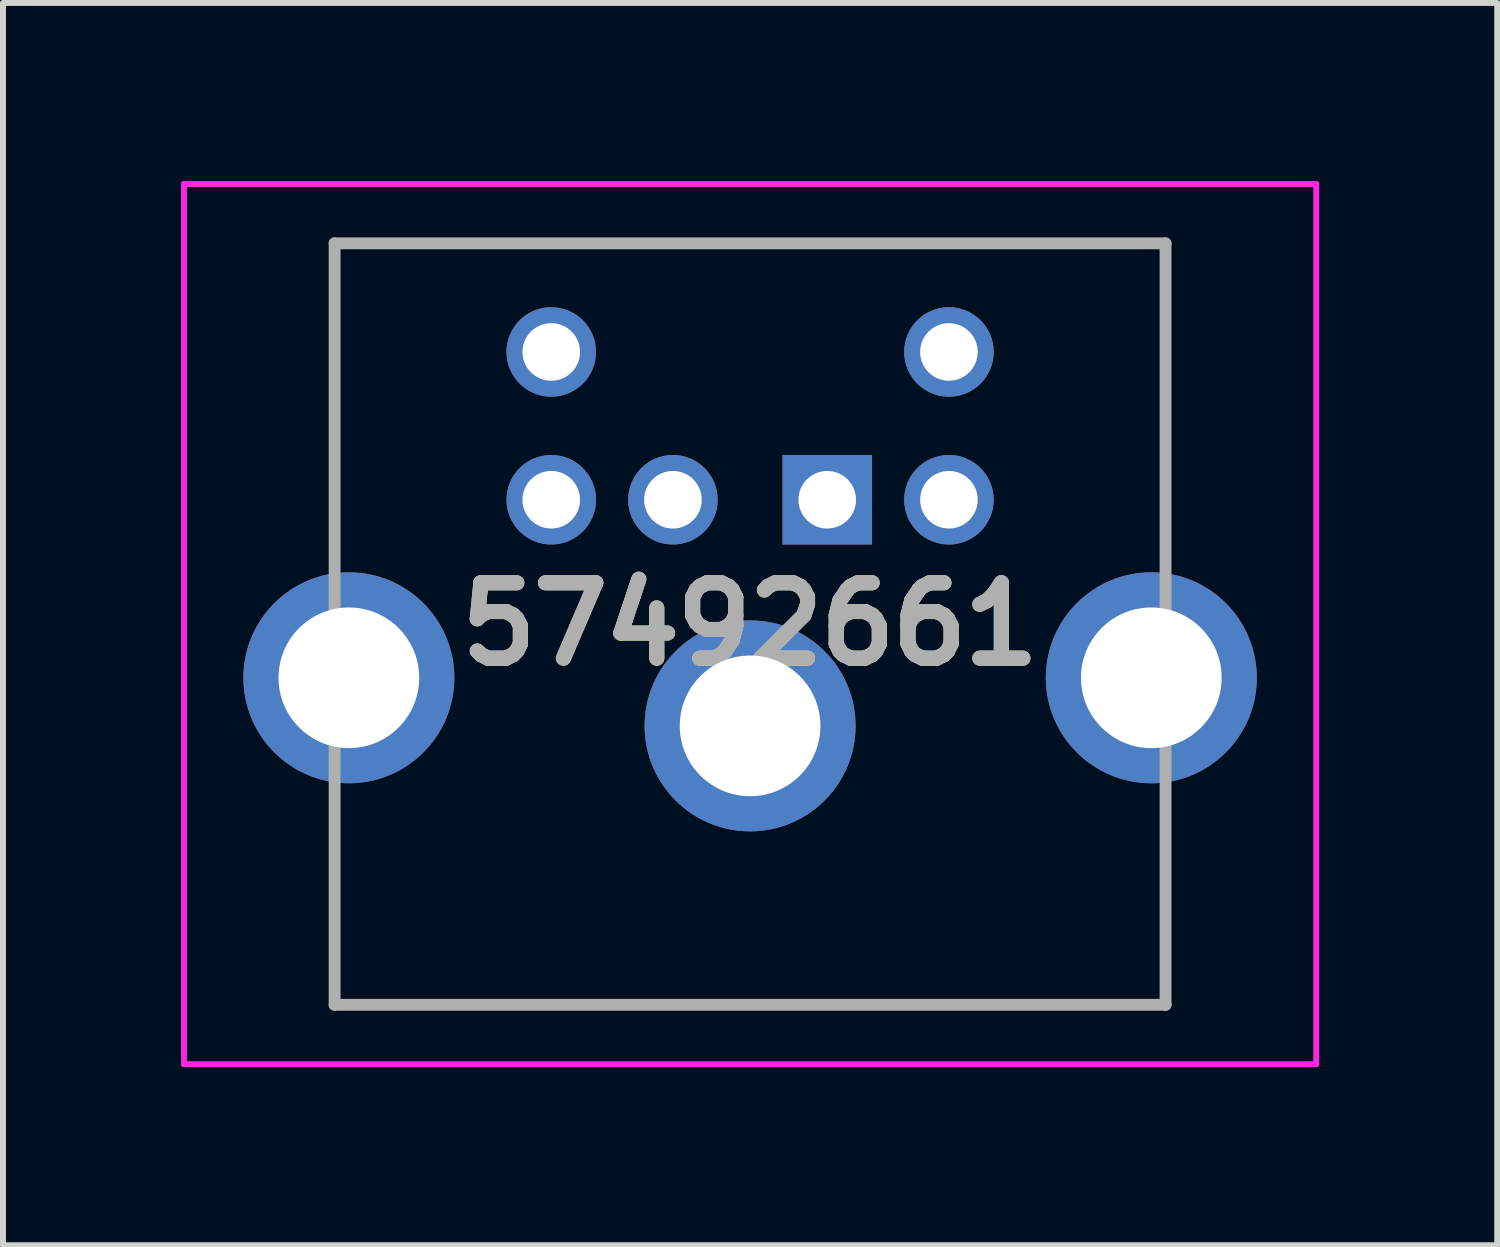
<source format=kicad_pcb>
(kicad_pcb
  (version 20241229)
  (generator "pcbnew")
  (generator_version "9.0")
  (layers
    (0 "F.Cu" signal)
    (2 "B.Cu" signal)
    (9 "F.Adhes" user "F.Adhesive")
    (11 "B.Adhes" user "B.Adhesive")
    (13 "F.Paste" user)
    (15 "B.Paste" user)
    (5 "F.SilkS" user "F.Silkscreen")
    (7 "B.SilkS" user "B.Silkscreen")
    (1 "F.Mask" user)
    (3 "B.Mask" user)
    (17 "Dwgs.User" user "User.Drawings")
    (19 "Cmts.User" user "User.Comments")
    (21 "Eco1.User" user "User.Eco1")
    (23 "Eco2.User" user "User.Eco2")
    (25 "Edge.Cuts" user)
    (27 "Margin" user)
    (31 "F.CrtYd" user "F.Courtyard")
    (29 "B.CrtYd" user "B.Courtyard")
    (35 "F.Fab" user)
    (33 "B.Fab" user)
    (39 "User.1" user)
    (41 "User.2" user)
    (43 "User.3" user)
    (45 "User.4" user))
  (footprint "57492661"
    (layer "F.Cu")
    (at 10.888 5.37)
    (property "Reference" "57492661" (at -1.3 2.095 0) (layer "F.SilkS") (effects (font (size 1.27 1.27) (thickness 0.254))))
    (attr through_hole)
    (fp_line (start -8.3 -4.32) (end -8.3 -4.32) (stroke (width 0.1) (type solid)) (layer "F.SilkS"))
    (fp_line (start -8.3 -4.32) (end -8.3 -4.32) (stroke (width 0.1) (type solid)) (layer "F.SilkS"))
    (fp_line (start -8.3 -4.32) (end -8.3 0.76) (stroke (width 0.1) (type solid)) (layer "F.SilkS"))
    (fp_line (start -8.3 -4.32) (end 5.7 -4.32) (stroke (width 0.1) (type solid)) (layer "F.SilkS"))
    (fp_line (start -8.3 0.76) (end -8.3 -4.32) (stroke (width 0.1) (type solid)) (layer "F.SilkS"))
    (fp_line (start -8.3 0.76) (end -8.3 0.76) (stroke (width 0.1) (type solid)) (layer "F.SilkS"))
    (fp_line (start -8.3 5.26) (end -8.3 5.26) (stroke (width 0.1) (type solid)) (layer "F.SilkS"))
    (fp_line (start -8.3 5.26) (end -8.3 8.51) (stroke (width 0.1) (type solid)) (layer "F.SilkS"))
    (fp_line (start -8.3 8.51) (end -8.3 5.26) (stroke (width 0.1) (type solid)) (layer "F.SilkS"))
    (fp_line (start -8.3 8.51) (end -8.3 8.51) (stroke (width 0.1) (type solid)) (layer "F.SilkS"))
    (fp_line (start -8.3 8.51) (end -8.3 8.51) (stroke (width 0.1) (type solid)) (layer "F.SilkS"))
    (fp_line (start -8.3 8.51) (end 5.7 8.51) (stroke (width 0.1) (type solid)) (layer "F.SilkS"))
    (fp_line (start 5.7 -4.32) (end -8.3 -4.32) (stroke (width 0.1) (type solid)) (layer "F.SilkS"))
    (fp_line (start 5.7 -4.32) (end 5.7 -4.32) (stroke (width 0.1) (type solid)) (layer "F.SilkS"))
    (fp_line (start 5.7 -4.32) (end 5.7 -4.32) (stroke (width 0.1) (type solid)) (layer "F.SilkS"))
    (fp_line (start 5.7 -4.32) (end 5.7 0.76) (stroke (width 0.1) (type solid)) (layer "F.SilkS"))
    (fp_line (start 5.7 0.76) (end 5.7 -4.32) (stroke (width 0.1) (type solid)) (layer "F.SilkS"))
    (fp_line (start 5.7 0.76) (end 5.7 0.76) (stroke (width 0.1) (type solid)) (layer "F.SilkS"))
    (fp_line (start 5.7 5.26) (end 5.7 5.26) (stroke (width 0.1) (type solid)) (layer "F.SilkS"))
    (fp_line (start 5.7 5.26) (end 5.7 8.51) (stroke (width 0.1) (type solid)) (layer "F.SilkS"))
    (fp_line (start 5.7 8.51) (end -8.3 8.51) (stroke (width 0.1) (type solid)) (layer "F.SilkS"))
    (fp_line (start 5.7 8.51) (end 5.7 5.26) (stroke (width 0.1) (type solid)) (layer "F.SilkS"))
    (fp_line (start 5.7 8.51) (end 5.7 8.51) (stroke (width 0.1) (type solid)) (layer "F.SilkS"))
    (fp_line (start 5.7 8.51) (end 5.7 8.51) (stroke (width 0.1) (type solid)) (layer "F.SilkS"))
    (fp_line (start -10.838 -5.32) (end -10.838 9.51) (stroke (width 0.1) (type solid)) (layer "F.CrtYd"))
    (fp_line (start -10.838 9.51) (end 8.238 9.51) (stroke (width 0.1) (type solid)) (layer "F.CrtYd"))
    (fp_line (start 8.238 -5.32) (end -10.838 -5.32) (stroke (width 0.1) (type solid)) (layer "F.CrtYd"))
    (fp_line (start 8.238 9.51) (end 8.238 -5.32) (stroke (width 0.1) (type solid)) (layer "F.CrtYd"))
    (fp_line (start -8.3 -4.32) (end 5.7 -4.32) (stroke (width 0.2) (type solid)) (layer "F.Fab"))
    (fp_line (start -8.3 8.51) (end -8.3 -4.32) (stroke (width 0.2) (type solid)) (layer "F.Fab"))
    (fp_line (start 5.7 -4.32) (end 5.7 8.51) (stroke (width 0.2) (type solid)) (layer "F.Fab"))
    (fp_line (start 5.7 8.51) (end -8.3 8.51) (stroke (width 0.2) (type solid)) (layer "F.Fab"))
    (fp_text user "${REFERENCE}" (at -1.3 2.095 0) (layer "F.Fab") (effects (font (size 1.27 1.27) (thickness 0.254))))
    (pad "1" thru_hole rect (at 0 0) (size 1.509 1.509) (drill 0.97) (layers "*.Cu" "*.Mask"))
    (pad "2" thru_hole circle (at -2.6 0) (size 1.509 1.509) (drill 0.97) (layers "*.Cu" "*.Mask"))
    (pad "3" thru_hole circle (at 2.05 0) (size 1.509 1.509) (drill 0.97) (layers "*.Cu" "*.Mask"))
    (pad "4" thru_hole circle (at -4.65 0) (size 1.509 1.509) (drill 0.97) (layers "*.Cu" "*.Mask"))
    (pad "5" thru_hole circle (at 2.05 -2.49) (size 1.509 1.509) (drill 0.97) (layers "*.Cu" "*.Mask"))
    (pad "6" thru_hole circle (at -4.65 -2.49) (size 1.509 1.509) (drill 0.97) (layers "*.Cu" "*.Mask"))
    (pad "MH1" thru_hole circle (at -1.3 3.81) (size 3.555 3.555) (drill 2.37) (layers "*.Cu" "*.Mask"))
    (pad "MH2" thru_hole circle (at -8.06 3) (size 3.555 3.555) (drill 2.37) (layers "*.Cu" "*.Mask"))
    (pad "MH3" thru_hole circle (at 5.46 3) (size 3.555 3.555) (drill 2.37) (layers "*.Cu" "*.Mask")))
  (gr_rect
    (start -3 -3)
    (end 22.176 17.93)
    (stroke (width 0.1) (type default))
    (fill no)
    (layer "Edge.Cuts")))
</source>
